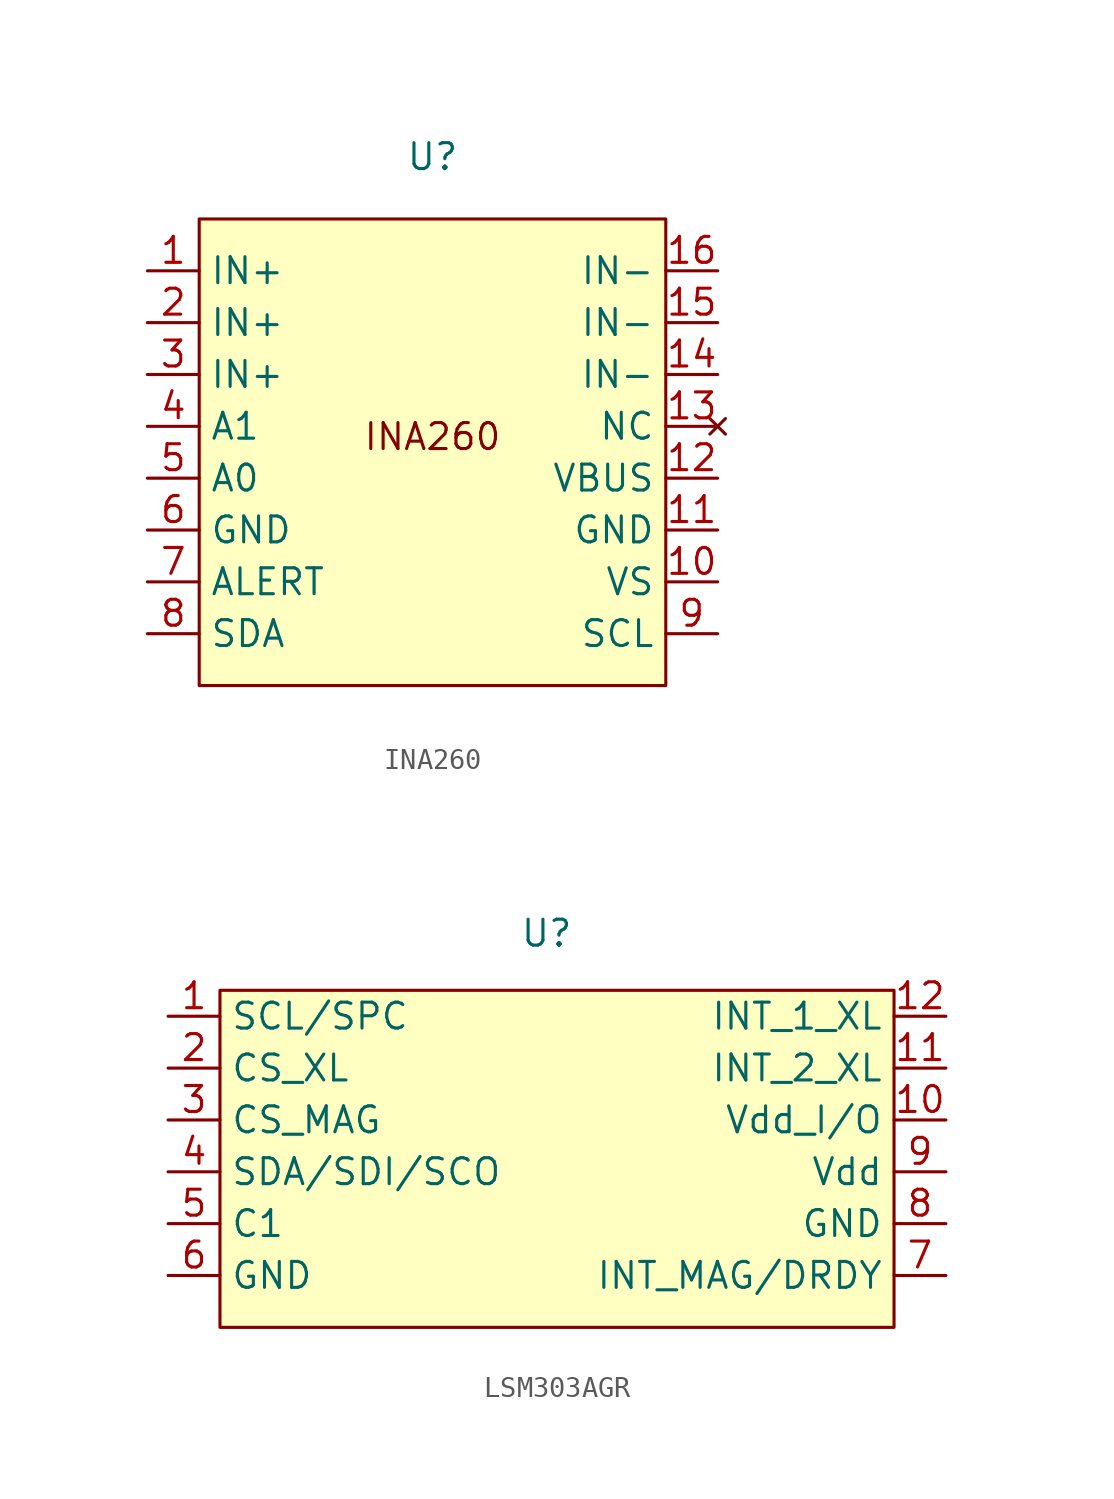
<source format=kicad_sym>
(kicad_symbol_lib
  (version 20241209)
  (generator "kicad_symbol_editor")
  (generator_version "9.0")
  (symbol "INA260"
    (property "Reference" "U"
      (at 0 13.208 0)
      (effects (font (size 1.27 1.27))))
    (property "Value" ""
      (at 0 0 0)
      (effects (font (size 1.27 1.27))))
    (symbol "INA260_1_1"
      (rectangle (start -11.43 10.16) (end 11.43 -12.7) (stroke (width 0) (type solid)) (fill (type background)))
      (text "INA260" (at 0 -0.508 0) (effects (font (size 1.27 1.27))))
      (pin power_in line (at -13.97 7.62 0) (length 2.54) (name "IN+" (effects (font (size 1.27 1.27)))) (number "1" (effects (font (size 1.27 1.27)))))
      (pin power_in line (at -13.97 5.08 0) (length 2.54) (name "IN+" (effects (font (size 1.27 1.27)))) (number "2" (effects (font (size 1.27 1.27)))))
      (pin power_in line (at -13.97 2.54 0) (length 2.54) (name "IN+" (effects (font (size 1.27 1.27)))) (number "3" (effects (font (size 1.27 1.27)))))
      (pin input line (at -13.97 0 0) (length 2.54) (name "A1" (effects (font (size 1.27 1.27)))) (number "4" (effects (font (size 1.27 1.27)))))
      (pin input line (at -13.97 -2.54 0) (length 2.54) (name "A0" (effects (font (size 1.27 1.27)))) (number "5" (effects (font (size 1.27 1.27)))))
      (pin power_out line (at -13.97 -5.08 0) (length 2.54) (name "GND" (effects (font (size 1.27 1.27)))) (number "6" (effects (font (size 1.27 1.27)))))
      (pin output line (at -13.97 -7.62 0) (length 2.54) (name "ALERT" (effects (font (size 1.27 1.27)))) (number "7" (effects (font (size 1.27 1.27)))))
      (pin bidirectional line (at -13.97 -10.16 0) (length 2.54) (name "SDA" (effects (font (size 1.27 1.27)))) (number "8" (effects (font (size 1.27 1.27)))))
      (pin input line (at 13.97 7.62 180) (length 2.54) (name "IN-" (effects (font (size 1.27 1.27)))) (number "16" (effects (font (size 1.27 1.27)))))
      (pin input line (at 13.97 5.08 180) (length 2.54) (name "IN-" (effects (font (size 1.27 1.27)))) (number "15" (effects (font (size 1.27 1.27)))))
      (pin input line (at 13.97 2.54 180) (length 2.54) (name "IN-" (effects (font (size 1.27 1.27)))) (number "14" (effects (font (size 1.27 1.27)))))
      (pin no_connect line (at 13.97 0 180) (length 2.54) (name "NC" (effects (font (size 1.27 1.27)))) (number "13" (effects (font (size 1.27 1.27)))))
      (pin input line (at 13.97 -2.54 180) (length 2.54) (name "VBUS" (effects (font (size 1.27 1.27)))) (number "12" (effects (font (size 1.27 1.27)))))
      (pin power_out line (at 13.97 -5.08 180) (length 2.54) (name "GND" (effects (font (size 1.27 1.27)))) (number "11" (effects (font (size 1.27 1.27)))))
      (pin power_in line (at 13.97 -7.62 180) (length 2.54) (name "VS" (effects (font (size 1.27 1.27)))) (number "10" (effects (font (size 1.27 1.27)))))
      (pin bidirectional line (at 13.97 -10.16 180) (length 2.54) (name "SCL" (effects (font (size 1.27 1.27)))) (number "9" (effects (font (size 1.27 1.27)))))))
  (symbol "LSM303AGR"
    (property "Reference" "U"
      (at 9.652 6.604 0)
      (effects (font (size 1.27 1.27))))
    (property "Value" ""
      (at 0 0 0)
      (effects (font (size 1.27 1.27))))
    (symbol "LSM303AGR_1_1"
      (rectangle (start -6.35 3.81) (end 26.67 -12.7) (stroke (width 0) (type solid)) (fill (type background)))
      (pin bidirectional line (at -8.89 2.54 0) (length 2.54) (name "SCL/SPC" (effects (font (size 1.27 1.27)))) (number "1" (effects (font (size 1.27 1.27)))))
      (pin input line (at -8.89 0 0) (length 2.54) (name "CS_XL" (effects (font (size 1.27 1.27)))) (number "2" (effects (font (size 1.27 1.27)))))
      (pin input line (at -8.89 -2.54 0) (length 2.54) (name "CS_MAG" (effects (font (size 1.27 1.27)))) (number "3" (effects (font (size 1.27 1.27)))))
      (pin bidirectional line (at -8.89 -5.08 0) (length 2.54) (name "SDA/SDI/SCO" (effects (font (size 1.27 1.27)))) (number "4" (effects (font (size 1.27 1.27)))))
      (pin bidirectional line (at -8.89 -7.62 0) (length 2.54) (name "C1" (effects (font (size 1.27 1.27)))) (number "5" (effects (font (size 1.27 1.27)))))
      (pin input line (at -8.89 -10.16 0) (length 2.54) (name "GND" (effects (font (size 1.27 1.27)))) (number "6" (effects (font (size 1.27 1.27)))))
      (pin bidirectional line (at 29.21 2.54 180) (length 2.54) (name "INT_1_XL" (effects (font (size 1.27 1.27)))) (number "12" (effects (font (size 1.27 1.27)))))
      (pin bidirectional line (at 29.21 0 180) (length 2.54) (name "INT_2_XL" (effects (font (size 1.27 1.27)))) (number "11" (effects (font (size 1.27 1.27)))))
      (pin power_in line (at 29.21 -2.54 180) (length 2.54) (name "Vdd_I/O" (effects (font (size 1.27 1.27)))) (number "10" (effects (font (size 1.27 1.27)))))
      (pin power_in line (at 29.21 -5.08 180) (length 2.54) (name "Vdd" (effects (font (size 1.27 1.27)))) (number "9" (effects (font (size 1.27 1.27)))))
      (pin power_in line (at 29.21 -7.62 180) (length 2.54) (name "GND" (effects (font (size 1.27 1.27)))) (number "8" (effects (font (size 1.27 1.27)))))
      (pin bidirectional line (at 29.21 -10.16 180) (length 2.54) (name "INT_MAG/DRDY" (effects (font (size 1.27 1.27)))) (number "7" (effects (font (size 1.27 1.27))))))))
</source>
